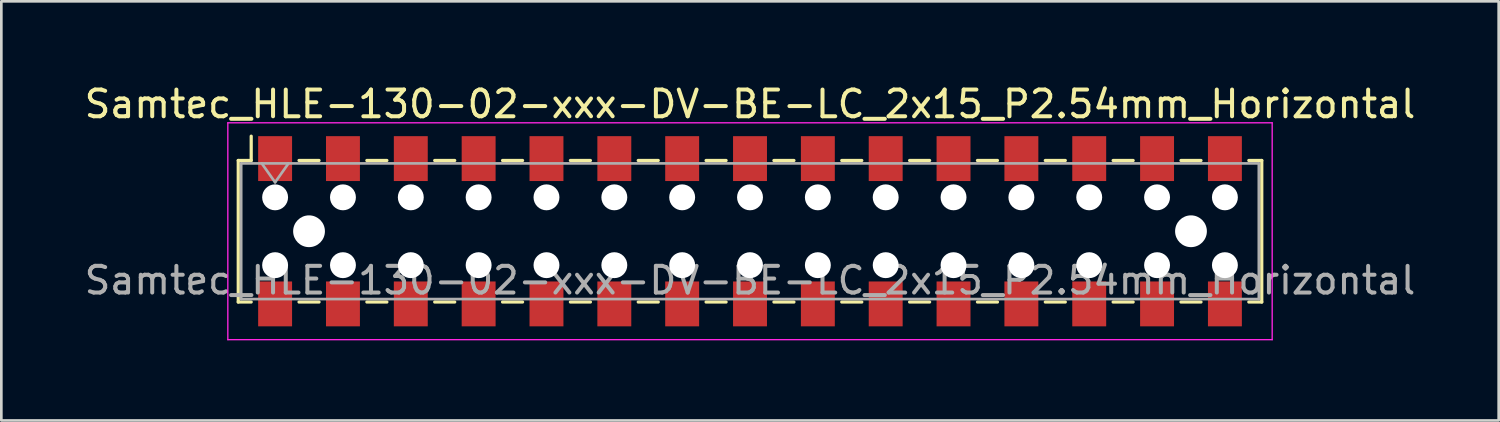
<source format=kicad_pcb>
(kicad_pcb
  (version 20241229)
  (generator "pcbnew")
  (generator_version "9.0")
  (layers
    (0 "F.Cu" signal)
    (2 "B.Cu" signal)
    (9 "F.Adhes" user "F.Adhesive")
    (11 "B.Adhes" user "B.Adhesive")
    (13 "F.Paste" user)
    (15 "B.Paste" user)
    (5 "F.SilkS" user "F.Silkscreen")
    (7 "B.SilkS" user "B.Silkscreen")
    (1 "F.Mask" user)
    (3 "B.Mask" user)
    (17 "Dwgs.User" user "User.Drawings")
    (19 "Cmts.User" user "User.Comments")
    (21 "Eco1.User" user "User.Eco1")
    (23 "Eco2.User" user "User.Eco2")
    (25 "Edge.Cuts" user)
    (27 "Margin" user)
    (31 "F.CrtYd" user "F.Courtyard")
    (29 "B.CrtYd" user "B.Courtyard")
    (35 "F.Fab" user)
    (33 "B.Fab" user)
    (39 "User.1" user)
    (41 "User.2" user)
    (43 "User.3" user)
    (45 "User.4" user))
  (footprint "Samtec_HLE-130-02-xxx-DV-BE-LC_2x15_P2.54mm_Horizontal"
    (layer "F.Cu")
    (at 25.03 5.608)
    (property "Reference" "Samtec_HLE-130-02-xxx-DV-BE-LC_2x15_P2.54mm_Horizontal" (at 0 -4.76 0) (layer "F.SilkS") (effects (font (size 1 1) (thickness 0.15))))
    (attr smd)
    (fp_line (start -19.16 -2.65) (end -19.16 2.65) (stroke (width 0.12) (type solid)) (layer "F.SilkS"))
    (fp_line (start -19.16 2.65) (end -18.675 2.65) (stroke (width 0.12) (type solid)) (layer "F.SilkS"))
    (fp_line (start -18.675 -3.56) (end -18.675 -2.65) (stroke (width 0.12) (type solid)) (layer "F.SilkS"))
    (fp_line (start -18.675 -2.65) (end -19.16 -2.65) (stroke (width 0.12) (type solid)) (layer "F.SilkS"))
    (fp_line (start -16.885 -2.65) (end -16.135 -2.65) (stroke (width 0.12) (type solid)) (layer "F.SilkS"))
    (fp_line (start -16.885 2.65) (end -16.135 2.65) (stroke (width 0.12) (type solid)) (layer "F.SilkS"))
    (fp_line (start -14.345 -2.65) (end -13.595 -2.65) (stroke (width 0.12) (type solid)) (layer "F.SilkS"))
    (fp_line (start -14.345 2.65) (end -13.595 2.65) (stroke (width 0.12) (type solid)) (layer "F.SilkS"))
    (fp_line (start -11.805 -2.65) (end -11.055 -2.65) (stroke (width 0.12) (type solid)) (layer "F.SilkS"))
    (fp_line (start -11.805 2.65) (end -11.055 2.65) (stroke (width 0.12) (type solid)) (layer "F.SilkS"))
    (fp_line (start -9.265 -2.65) (end -8.515 -2.65) (stroke (width 0.12) (type solid)) (layer "F.SilkS"))
    (fp_line (start -9.265 2.65) (end -8.515 2.65) (stroke (width 0.12) (type solid)) (layer "F.SilkS"))
    (fp_line (start -6.725 -2.65) (end -5.975 -2.65) (stroke (width 0.12) (type solid)) (layer "F.SilkS"))
    (fp_line (start -6.725 2.65) (end -5.975 2.65) (stroke (width 0.12) (type solid)) (layer "F.SilkS"))
    (fp_line (start -4.185 -2.65) (end -3.435 -2.65) (stroke (width 0.12) (type solid)) (layer "F.SilkS"))
    (fp_line (start -4.185 2.65) (end -3.435 2.65) (stroke (width 0.12) (type solid)) (layer "F.SilkS"))
    (fp_line (start -1.645 -2.65) (end -0.895 -2.65) (stroke (width 0.12) (type solid)) (layer "F.SilkS"))
    (fp_line (start -1.645 2.65) (end -0.895 2.65) (stroke (width 0.12) (type solid)) (layer "F.SilkS"))
    (fp_line (start 0.895 -2.65) (end 1.645 -2.65) (stroke (width 0.12) (type solid)) (layer "F.SilkS"))
    (fp_line (start 0.895 2.65) (end 1.645 2.65) (stroke (width 0.12) (type solid)) (layer "F.SilkS"))
    (fp_line (start 3.435 -2.65) (end 4.185 -2.65) (stroke (width 0.12) (type solid)) (layer "F.SilkS"))
    (fp_line (start 3.435 2.65) (end 4.185 2.65) (stroke (width 0.12) (type solid)) (layer "F.SilkS"))
    (fp_line (start 5.975 -2.65) (end 6.725 -2.65) (stroke (width 0.12) (type solid)) (layer "F.SilkS"))
    (fp_line (start 5.975 2.65) (end 6.725 2.65) (stroke (width 0.12) (type solid)) (layer "F.SilkS"))
    (fp_line (start 8.515 -2.65) (end 9.265 -2.65) (stroke (width 0.12) (type solid)) (layer "F.SilkS"))
    (fp_line (start 8.515 2.65) (end 9.265 2.65) (stroke (width 0.12) (type solid)) (layer "F.SilkS"))
    (fp_line (start 11.055 -2.65) (end 11.805 -2.65) (stroke (width 0.12) (type solid)) (layer "F.SilkS"))
    (fp_line (start 11.055 2.65) (end 11.805 2.65) (stroke (width 0.12) (type solid)) (layer "F.SilkS"))
    (fp_line (start 13.595 -2.65) (end 14.345 -2.65) (stroke (width 0.12) (type solid)) (layer "F.SilkS"))
    (fp_line (start 13.595 2.65) (end 14.345 2.65) (stroke (width 0.12) (type solid)) (layer "F.SilkS"))
    (fp_line (start 16.135 -2.65) (end 16.885 -2.65) (stroke (width 0.12) (type solid)) (layer "F.SilkS"))
    (fp_line (start 16.135 2.65) (end 16.885 2.65) (stroke (width 0.12) (type solid)) (layer "F.SilkS"))
    (fp_line (start 18.675 -2.65) (end 19.16 -2.65) (stroke (width 0.12) (type solid)) (layer "F.SilkS"))
    (fp_line (start 19.16 -2.65) (end 19.16 2.65) (stroke (width 0.12) (type solid)) (layer "F.SilkS"))
    (fp_line (start 19.16 2.65) (end 18.675 2.65) (stroke (width 0.12) (type solid)) (layer "F.SilkS"))
    (fp_line (start -19.55 -4.06) (end 19.55 -4.06) (stroke (width 0.05) (type solid)) (layer "F.CrtYd"))
    (fp_line (start -19.55 4.06) (end -19.55 -4.06) (stroke (width 0.05) (type solid)) (layer "F.CrtYd"))
    (fp_line (start 19.55 -4.06) (end 19.55 4.06) (stroke (width 0.05) (type solid)) (layer "F.CrtYd"))
    (fp_line (start 19.55 4.06) (end -19.55 4.06) (stroke (width 0.05) (type solid)) (layer "F.CrtYd"))
    (fp_line (start -19.05 -2.54) (end 19.05 -2.54) (stroke (width 0.1) (type solid)) (layer "F.Fab"))
    (fp_line (start -19.05 2.54) (end -19.05 -2.54) (stroke (width 0.1) (type solid)) (layer "F.Fab"))
    (fp_line (start -18.28 -2.54) (end -17.78 -1.833) (stroke (width 0.1) (type solid)) (layer "F.Fab"))
    (fp_line (start -17.78 -1.833) (end -17.28 -2.54) (stroke (width 0.1) (type solid)) (layer "F.Fab"))
    (fp_line (start 19.05 -2.54) (end 19.05 2.54) (stroke (width 0.1) (type solid)) (layer "F.Fab"))
    (fp_line (start 19.05 2.54) (end -19.05 2.54) (stroke (width 0.1) (type solid)) (layer "F.Fab"))
    (fp_text user "${REFERENCE}" (at 0 1.84 0) (layer "F.Fab") (effects (font (size 1 1) (thickness 0.15))))
    (pad "" np_thru_hole circle (at -17.78 -1.27) (size 0.97 0.97) (drill 0.97) (layers "*.Cu" "*.Mask"))
    (pad "" np_thru_hole circle (at -17.78 1.27) (size 0.97 0.97) (drill 0.97) (layers "*.Cu" "*.Mask"))
    (pad "" np_thru_hole circle (at -16.51 0) (size 1.19 1.19) (drill 1.19) (layers "*.Cu" "*.Mask"))
    (pad "" np_thru_hole circle (at -15.24 -1.27) (size 0.97 0.97) (drill 0.97) (layers "*.Cu" "*.Mask"))
    (pad "" np_thru_hole circle (at -15.24 1.27) (size 0.97 0.97) (drill 0.97) (layers "*.Cu" "*.Mask"))
    (pad "" np_thru_hole circle (at -12.7 -1.27) (size 0.97 0.97) (drill 0.97) (layers "*.Cu" "*.Mask"))
    (pad "" np_thru_hole circle (at -12.7 1.27) (size 0.97 0.97) (drill 0.97) (layers "*.Cu" "*.Mask"))
    (pad "" np_thru_hole circle (at -10.16 -1.27) (size 0.97 0.97) (drill 0.97) (layers "*.Cu" "*.Mask"))
    (pad "" np_thru_hole circle (at -10.16 1.27) (size 0.97 0.97) (drill 0.97) (layers "*.Cu" "*.Mask"))
    (pad "" np_thru_hole circle (at -7.62 -1.27) (size 0.97 0.97) (drill 0.97) (layers "*.Cu" "*.Mask"))
    (pad "" np_thru_hole circle (at -7.62 1.27) (size 0.97 0.97) (drill 0.97) (layers "*.Cu" "*.Mask"))
    (pad "" np_thru_hole circle (at -5.08 -1.27) (size 0.97 0.97) (drill 0.97) (layers "*.Cu" "*.Mask"))
    (pad "" np_thru_hole circle (at -5.08 1.27) (size 0.97 0.97) (drill 0.97) (layers "*.Cu" "*.Mask"))
    (pad "" np_thru_hole circle (at -2.54 -1.27) (size 0.97 0.97) (drill 0.97) (layers "*.Cu" "*.Mask"))
    (pad "" np_thru_hole circle (at -2.54 1.27) (size 0.97 0.97) (drill 0.97) (layers "*.Cu" "*.Mask"))
    (pad "" np_thru_hole circle (at 0 -1.27) (size 0.97 0.97) (drill 0.97) (layers "*.Cu" "*.Mask"))
    (pad "" np_thru_hole circle (at 0 1.27) (size 0.97 0.97) (drill 0.97) (layers "*.Cu" "*.Mask"))
    (pad "" np_thru_hole circle (at 2.54 -1.27) (size 0.97 0.97) (drill 0.97) (layers "*.Cu" "*.Mask"))
    (pad "" np_thru_hole circle (at 2.54 1.27) (size 0.97 0.97) (drill 0.97) (layers "*.Cu" "*.Mask"))
    (pad "" np_thru_hole circle (at 5.08 -1.27) (size 0.97 0.97) (drill 0.97) (layers "*.Cu" "*.Mask"))
    (pad "" np_thru_hole circle (at 5.08 1.27) (size 0.97 0.97) (drill 0.97) (layers "*.Cu" "*.Mask"))
    (pad "" np_thru_hole circle (at 7.62 -1.27) (size 0.97 0.97) (drill 0.97) (layers "*.Cu" "*.Mask"))
    (pad "" np_thru_hole circle (at 7.62 1.27) (size 0.97 0.97) (drill 0.97) (layers "*.Cu" "*.Mask"))
    (pad "" np_thru_hole circle (at 10.16 -1.27) (size 0.97 0.97) (drill 0.97) (layers "*.Cu" "*.Mask"))
    (pad "" np_thru_hole circle (at 10.16 1.27) (size 0.97 0.97) (drill 0.97) (layers "*.Cu" "*.Mask"))
    (pad "" np_thru_hole circle (at 12.7 -1.27) (size 0.97 0.97) (drill 0.97) (layers "*.Cu" "*.Mask"))
    (pad "" np_thru_hole circle (at 12.7 1.27) (size 0.97 0.97) (drill 0.97) (layers "*.Cu" "*.Mask"))
    (pad "" np_thru_hole circle (at 15.24 -1.27) (size 0.97 0.97) (drill 0.97) (layers "*.Cu" "*.Mask"))
    (pad "" np_thru_hole circle (at 15.24 1.27) (size 0.97 0.97) (drill 0.97) (layers "*.Cu" "*.Mask"))
    (pad "" np_thru_hole circle (at 16.51 0) (size 1.19 1.19) (drill 1.19) (layers "*.Cu" "*.Mask"))
    (pad "" np_thru_hole circle (at 17.78 -1.27) (size 0.97 0.97) (drill 0.97) (layers "*.Cu" "*.Mask"))
    (pad "" np_thru_hole circle (at 17.78 1.27) (size 0.97 0.97) (drill 0.97) (layers "*.Cu" "*.Mask"))
    (pad "1" smd rect (at -17.78 -2.72) (size 1.27 1.68) (layers "F.Cu" "F.Mask" "F.Paste"))
    (pad "2" smd rect (at -17.78 2.72) (size 1.27 1.68) (layers "F.Cu" "F.Mask" "F.Paste"))
    (pad "3" smd rect (at -15.24 -2.72) (size 1.27 1.68) (layers "F.Cu" "F.Mask" "F.Paste"))
    (pad "4" smd rect (at -15.24 2.72) (size 1.27 1.68) (layers "F.Cu" "F.Mask" "F.Paste"))
    (pad "5" smd rect (at -12.7 -2.72) (size 1.27 1.68) (layers "F.Cu" "F.Mask" "F.Paste"))
    (pad "6" smd rect (at -12.7 2.72) (size 1.27 1.68) (layers "F.Cu" "F.Mask" "F.Paste"))
    (pad "7" smd rect (at -10.16 -2.72) (size 1.27 1.68) (layers "F.Cu" "F.Mask" "F.Paste"))
    (pad "8" smd rect (at -10.16 2.72) (size 1.27 1.68) (layers "F.Cu" "F.Mask" "F.Paste"))
    (pad "9" smd rect (at -7.62 -2.72) (size 1.27 1.68) (layers "F.Cu" "F.Mask" "F.Paste"))
    (pad "10" smd rect (at -7.62 2.72) (size 1.27 1.68) (layers "F.Cu" "F.Mask" "F.Paste"))
    (pad "11" smd rect (at -5.08 -2.72) (size 1.27 1.68) (layers "F.Cu" "F.Mask" "F.Paste"))
    (pad "12" smd rect (at -5.08 2.72) (size 1.27 1.68) (layers "F.Cu" "F.Mask" "F.Paste"))
    (pad "13" smd rect (at -2.54 -2.72) (size 1.27 1.68) (layers "F.Cu" "F.Mask" "F.Paste"))
    (pad "14" smd rect (at -2.54 2.72) (size 1.27 1.68) (layers "F.Cu" "F.Mask" "F.Paste"))
    (pad "15" smd rect (at 0 -2.72) (size 1.27 1.68) (layers "F.Cu" "F.Mask" "F.Paste"))
    (pad "16" smd rect (at 0 2.72) (size 1.27 1.68) (layers "F.Cu" "F.Mask" "F.Paste"))
    (pad "17" smd rect (at 2.54 -2.72) (size 1.27 1.68) (layers "F.Cu" "F.Mask" "F.Paste"))
    (pad "18" smd rect (at 2.54 2.72) (size 1.27 1.68) (layers "F.Cu" "F.Mask" "F.Paste"))
    (pad "19" smd rect (at 5.08 -2.72) (size 1.27 1.68) (layers "F.Cu" "F.Mask" "F.Paste"))
    (pad "20" smd rect (at 5.08 2.72) (size 1.27 1.68) (layers "F.Cu" "F.Mask" "F.Paste"))
    (pad "21" smd rect (at 7.62 -2.72) (size 1.27 1.68) (layers "F.Cu" "F.Mask" "F.Paste"))
    (pad "22" smd rect (at 7.62 2.72) (size 1.27 1.68) (layers "F.Cu" "F.Mask" "F.Paste"))
    (pad "23" smd rect (at 10.16 -2.72) (size 1.27 1.68) (layers "F.Cu" "F.Mask" "F.Paste"))
    (pad "24" smd rect (at 10.16 2.72) (size 1.27 1.68) (layers "F.Cu" "F.Mask" "F.Paste"))
    (pad "25" smd rect (at 12.7 -2.72) (size 1.27 1.68) (layers "F.Cu" "F.Mask" "F.Paste"))
    (pad "26" smd rect (at 12.7 2.72) (size 1.27 1.68) (layers "F.Cu" "F.Mask" "F.Paste"))
    (pad "27" smd rect (at 15.24 -2.72) (size 1.27 1.68) (layers "F.Cu" "F.Mask" "F.Paste"))
    (pad "28" smd rect (at 15.24 2.72) (size 1.27 1.68) (layers "F.Cu" "F.Mask" "F.Paste"))
    (pad "29" smd rect (at 17.78 -2.72) (size 1.27 1.68) (layers "F.Cu" "F.Mask" "F.Paste"))
    (pad "30" smd rect (at 17.78 2.72) (size 1.27 1.68) (layers "F.Cu" "F.Mask" "F.Paste")))
  (gr_rect
    (start -3 -3)
    (end 53.06 12.693)
    (stroke (width 0.1) (type default))
    (fill no)
    (layer "Edge.Cuts")))
</source>
